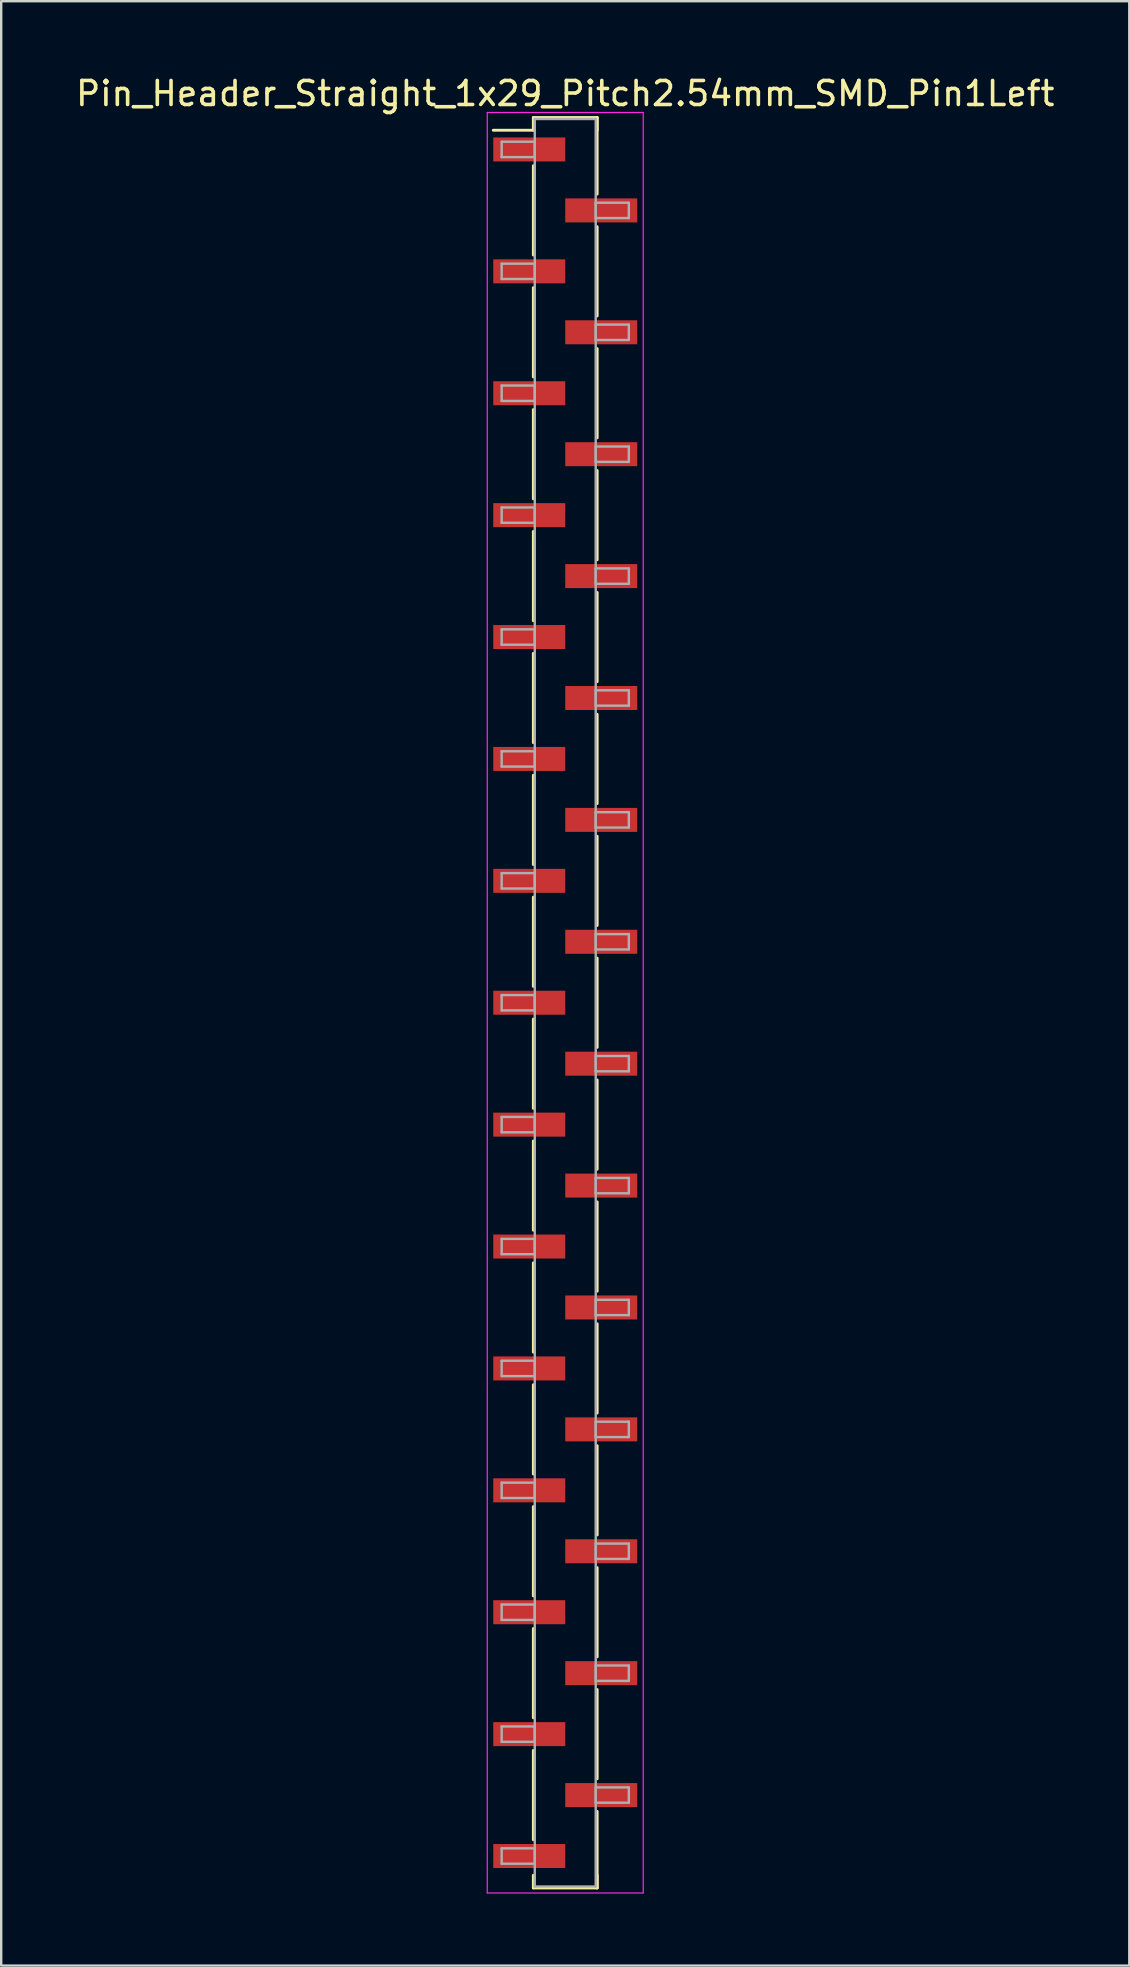
<source format=kicad_pcb>
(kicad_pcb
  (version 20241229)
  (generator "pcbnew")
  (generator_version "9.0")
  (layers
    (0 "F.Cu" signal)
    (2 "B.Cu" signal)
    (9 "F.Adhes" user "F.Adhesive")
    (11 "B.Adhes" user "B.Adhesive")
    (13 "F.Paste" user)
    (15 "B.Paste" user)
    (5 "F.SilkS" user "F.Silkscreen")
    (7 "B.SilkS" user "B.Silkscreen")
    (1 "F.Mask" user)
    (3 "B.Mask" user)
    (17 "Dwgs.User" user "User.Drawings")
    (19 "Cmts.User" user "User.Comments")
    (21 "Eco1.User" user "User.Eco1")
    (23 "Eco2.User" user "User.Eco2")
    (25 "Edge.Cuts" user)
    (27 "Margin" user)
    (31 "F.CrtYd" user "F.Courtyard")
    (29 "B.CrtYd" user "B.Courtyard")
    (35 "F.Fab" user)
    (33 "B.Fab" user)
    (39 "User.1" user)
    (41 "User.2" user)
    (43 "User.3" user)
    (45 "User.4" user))
  (footprint "Pin_Header_Straight_1x29_Pitch2.54mm_SMD_Pin1Left"
    (layer "F.Cu")
    (at 20.506 38.738)
    (property "Reference" "Pin_Header_Straight_1x29_Pitch2.54mm_SMD_Pin1Left" (at 0 -37.89 0) (layer "F.SilkS") (effects (font (size 1 1) (thickness 0.15))))
    (attr smd)
    (fp_line (start -1.33 -36.89) (end 1.33 -36.89) (stroke (width 0.12) (type solid)) (layer "F.SilkS"))
    (fp_line (start -1.33 -36.36) (end -3 -36.36) (stroke (width 0.12) (type solid)) (layer "F.SilkS"))
    (fp_line (start -1.33 -36.36) (end -1.33 -36.89) (stroke (width 0.12) (type solid)) (layer "F.SilkS"))
    (fp_line (start -1.33 -34.88) (end -1.33 -31.16) (stroke (width 0.12) (type solid)) (layer "F.SilkS"))
    (fp_line (start -1.33 -29.8) (end -1.33 -26.08) (stroke (width 0.12) (type solid)) (layer "F.SilkS"))
    (fp_line (start -1.33 -24.72) (end -1.33 -21) (stroke (width 0.12) (type solid)) (layer "F.SilkS"))
    (fp_line (start -1.33 -19.64) (end -1.33 -15.92) (stroke (width 0.12) (type solid)) (layer "F.SilkS"))
    (fp_line (start -1.33 -14.56) (end -1.33 -10.84) (stroke (width 0.12) (type solid)) (layer "F.SilkS"))
    (fp_line (start -1.33 -9.48) (end -1.33 -5.76) (stroke (width 0.12) (type solid)) (layer "F.SilkS"))
    (fp_line (start -1.33 -4.4) (end -1.33 -0.68) (stroke (width 0.12) (type solid)) (layer "F.SilkS"))
    (fp_line (start -1.33 0.68) (end -1.33 4.4) (stroke (width 0.12) (type solid)) (layer "F.SilkS"))
    (fp_line (start -1.33 5.76) (end -1.33 9.48) (stroke (width 0.12) (type solid)) (layer "F.SilkS"))
    (fp_line (start -1.33 10.84) (end -1.33 14.56) (stroke (width 0.12) (type solid)) (layer "F.SilkS"))
    (fp_line (start -1.33 15.92) (end -1.33 19.64) (stroke (width 0.12) (type solid)) (layer "F.SilkS"))
    (fp_line (start -1.33 21) (end -1.33 24.72) (stroke (width 0.12) (type solid)) (layer "F.SilkS"))
    (fp_line (start -1.33 26.08) (end -1.33 29.8) (stroke (width 0.12) (type solid)) (layer "F.SilkS"))
    (fp_line (start -1.33 31.16) (end -1.33 34.88) (stroke (width 0.12) (type solid)) (layer "F.SilkS"))
    (fp_line (start -1.33 36.36) (end -1.33 36.89) (stroke (width 0.12) (type solid)) (layer "F.SilkS"))
    (fp_line (start -1.33 36.89) (end 1.33 36.89) (stroke (width 0.12) (type solid)) (layer "F.SilkS"))
    (fp_line (start 1.33 -36.89) (end 1.33 -36.36) (stroke (width 0.12) (type solid)) (layer "F.SilkS"))
    (fp_line (start 1.33 -36.89) (end 1.33 -33.7) (stroke (width 0.12) (type solid)) (layer "F.SilkS"))
    (fp_line (start 1.33 -32.34) (end 1.33 -28.62) (stroke (width 0.12) (type solid)) (layer "F.SilkS"))
    (fp_line (start 1.33 -27.26) (end 1.33 -23.54) (stroke (width 0.12) (type solid)) (layer "F.SilkS"))
    (fp_line (start 1.33 -22.18) (end 1.33 -18.46) (stroke (width 0.12) (type solid)) (layer "F.SilkS"))
    (fp_line (start 1.33 -17.1) (end 1.33 -13.38) (stroke (width 0.12) (type solid)) (layer "F.SilkS"))
    (fp_line (start 1.33 -12.02) (end 1.33 -8.3) (stroke (width 0.12) (type solid)) (layer "F.SilkS"))
    (fp_line (start 1.33 -6.94) (end 1.33 -3.22) (stroke (width 0.12) (type solid)) (layer "F.SilkS"))
    (fp_line (start 1.33 -1.86) (end 1.33 1.86) (stroke (width 0.12) (type solid)) (layer "F.SilkS"))
    (fp_line (start 1.33 3.22) (end 1.33 6.94) (stroke (width 0.12) (type solid)) (layer "F.SilkS"))
    (fp_line (start 1.33 8.3) (end 1.33 12.02) (stroke (width 0.12) (type solid)) (layer "F.SilkS"))
    (fp_line (start 1.33 13.38) (end 1.33 17.1) (stroke (width 0.12) (type solid)) (layer "F.SilkS"))
    (fp_line (start 1.33 18.46) (end 1.33 22.18) (stroke (width 0.12) (type solid)) (layer "F.SilkS"))
    (fp_line (start 1.33 23.54) (end 1.33 27.26) (stroke (width 0.12) (type solid)) (layer "F.SilkS"))
    (fp_line (start 1.33 28.62) (end 1.33 32.34) (stroke (width 0.12) (type solid)) (layer "F.SilkS"))
    (fp_line (start 1.33 33.7) (end 1.33 36.89) (stroke (width 0.12) (type solid)) (layer "F.SilkS"))
    (fp_line (start 1.33 36.89) (end 1.33 36.36) (stroke (width 0.12) (type solid)) (layer "F.SilkS"))
    (fp_line (start -3.25 -37.1) (end -3.25 37.1) (stroke (width 0.05) (type solid)) (layer "F.CrtYd"))
    (fp_line (start -3.25 37.1) (end 3.25 37.1) (stroke (width 0.05) (type solid)) (layer "F.CrtYd"))
    (fp_line (start 3.25 -37.1) (end -3.25 -37.1) (stroke (width 0.05) (type solid)) (layer "F.CrtYd"))
    (fp_line (start 3.25 37.1) (end 3.25 -37.1) (stroke (width 0.05) (type solid)) (layer "F.CrtYd"))
    (fp_line (start -2.65 -35.88) (end -1.27 -35.88) (stroke (width 0.1) (type solid)) (layer "F.Fab"))
    (fp_line (start -2.65 -35.24) (end -2.65 -35.88) (stroke (width 0.1) (type solid)) (layer "F.Fab"))
    (fp_line (start -2.65 -30.8) (end -1.27 -30.8) (stroke (width 0.1) (type solid)) (layer "F.Fab"))
    (fp_line (start -2.65 -30.16) (end -2.65 -30.8) (stroke (width 0.1) (type solid)) (layer "F.Fab"))
    (fp_line (start -2.65 -25.72) (end -1.27 -25.72) (stroke (width 0.1) (type solid)) (layer "F.Fab"))
    (fp_line (start -2.65 -25.08) (end -2.65 -25.72) (stroke (width 0.1) (type solid)) (layer "F.Fab"))
    (fp_line (start -2.65 -20.64) (end -1.27 -20.64) (stroke (width 0.1) (type solid)) (layer "F.Fab"))
    (fp_line (start -2.65 -20) (end -2.65 -20.64) (stroke (width 0.1) (type solid)) (layer "F.Fab"))
    (fp_line (start -2.65 -15.56) (end -1.27 -15.56) (stroke (width 0.1) (type solid)) (layer "F.Fab"))
    (fp_line (start -2.65 -14.92) (end -2.65 -15.56) (stroke (width 0.1) (type solid)) (layer "F.Fab"))
    (fp_line (start -2.65 -10.48) (end -1.27 -10.48) (stroke (width 0.1) (type solid)) (layer "F.Fab"))
    (fp_line (start -2.65 -9.84) (end -2.65 -10.48) (stroke (width 0.1) (type solid)) (layer "F.Fab"))
    (fp_line (start -2.65 -5.4) (end -1.27 -5.4) (stroke (width 0.1) (type solid)) (layer "F.Fab"))
    (fp_line (start -2.65 -4.76) (end -2.65 -5.4) (stroke (width 0.1) (type solid)) (layer "F.Fab"))
    (fp_line (start -2.65 -0.32) (end -1.27 -0.32) (stroke (width 0.1) (type solid)) (layer "F.Fab"))
    (fp_line (start -2.65 0.32) (end -2.65 -0.32) (stroke (width 0.1) (type solid)) (layer "F.Fab"))
    (fp_line (start -2.65 4.76) (end -1.27 4.76) (stroke (width 0.1) (type solid)) (layer "F.Fab"))
    (fp_line (start -2.65 5.4) (end -2.65 4.76) (stroke (width 0.1) (type solid)) (layer "F.Fab"))
    (fp_line (start -2.65 9.84) (end -1.27 9.84) (stroke (width 0.1) (type solid)) (layer "F.Fab"))
    (fp_line (start -2.65 10.48) (end -2.65 9.84) (stroke (width 0.1) (type solid)) (layer "F.Fab"))
    (fp_line (start -2.65 14.92) (end -1.27 14.92) (stroke (width 0.1) (type solid)) (layer "F.Fab"))
    (fp_line (start -2.65 15.56) (end -2.65 14.92) (stroke (width 0.1) (type solid)) (layer "F.Fab"))
    (fp_line (start -2.65 20) (end -1.27 20) (stroke (width 0.1) (type solid)) (layer "F.Fab"))
    (fp_line (start -2.65 20.64) (end -2.65 20) (stroke (width 0.1) (type solid)) (layer "F.Fab"))
    (fp_line (start -2.65 25.08) (end -1.27 25.08) (stroke (width 0.1) (type solid)) (layer "F.Fab"))
    (fp_line (start -2.65 25.72) (end -2.65 25.08) (stroke (width 0.1) (type solid)) (layer "F.Fab"))
    (fp_line (start -2.65 30.16) (end -1.27 30.16) (stroke (width 0.1) (type solid)) (layer "F.Fab"))
    (fp_line (start -2.65 30.8) (end -2.65 30.16) (stroke (width 0.1) (type solid)) (layer "F.Fab"))
    (fp_line (start -2.65 35.24) (end -1.27 35.24) (stroke (width 0.1) (type solid)) (layer "F.Fab"))
    (fp_line (start -2.65 35.88) (end -2.65 35.24) (stroke (width 0.1) (type solid)) (layer "F.Fab"))
    (fp_line (start -1.27 -36.83) (end -1.27 36.83) (stroke (width 0.1) (type solid)) (layer "F.Fab"))
    (fp_line (start -1.27 -35.88) (end -1.27 -35.24) (stroke (width 0.1) (type solid)) (layer "F.Fab"))
    (fp_line (start -1.27 -35.24) (end -2.65 -35.24) (stroke (width 0.1) (type solid)) (layer "F.Fab"))
    (fp_line (start -1.27 -30.8) (end -1.27 -30.16) (stroke (width 0.1) (type solid)) (layer "F.Fab"))
    (fp_line (start -1.27 -30.16) (end -2.65 -30.16) (stroke (width 0.1) (type solid)) (layer "F.Fab"))
    (fp_line (start -1.27 -25.72) (end -1.27 -25.08) (stroke (width 0.1) (type solid)) (layer "F.Fab"))
    (fp_line (start -1.27 -25.08) (end -2.65 -25.08) (stroke (width 0.1) (type solid)) (layer "F.Fab"))
    (fp_line (start -1.27 -20.64) (end -1.27 -20) (stroke (width 0.1) (type solid)) (layer "F.Fab"))
    (fp_line (start -1.27 -20) (end -2.65 -20) (stroke (width 0.1) (type solid)) (layer "F.Fab"))
    (fp_line (start -1.27 -15.56) (end -1.27 -14.92) (stroke (width 0.1) (type solid)) (layer "F.Fab"))
    (fp_line (start -1.27 -14.92) (end -2.65 -14.92) (stroke (width 0.1) (type solid)) (layer "F.Fab"))
    (fp_line (start -1.27 -10.48) (end -1.27 -9.84) (stroke (width 0.1) (type solid)) (layer "F.Fab"))
    (fp_line (start -1.27 -9.84) (end -2.65 -9.84) (stroke (width 0.1) (type solid)) (layer "F.Fab"))
    (fp_line (start -1.27 -5.4) (end -1.27 -4.76) (stroke (width 0.1) (type solid)) (layer "F.Fab"))
    (fp_line (start -1.27 -4.76) (end -2.65 -4.76) (stroke (width 0.1) (type solid)) (layer "F.Fab"))
    (fp_line (start -1.27 -0.32) (end -1.27 0.32) (stroke (width 0.1) (type solid)) (layer "F.Fab"))
    (fp_line (start -1.27 0.32) (end -2.65 0.32) (stroke (width 0.1) (type solid)) (layer "F.Fab"))
    (fp_line (start -1.27 4.76) (end -1.27 5.4) (stroke (width 0.1) (type solid)) (layer "F.Fab"))
    (fp_line (start -1.27 5.4) (end -2.65 5.4) (stroke (width 0.1) (type solid)) (layer "F.Fab"))
    (fp_line (start -1.27 9.84) (end -1.27 10.48) (stroke (width 0.1) (type solid)) (layer "F.Fab"))
    (fp_line (start -1.27 10.48) (end -2.65 10.48) (stroke (width 0.1) (type solid)) (layer "F.Fab"))
    (fp_line (start -1.27 14.92) (end -1.27 15.56) (stroke (width 0.1) (type solid)) (layer "F.Fab"))
    (fp_line (start -1.27 15.56) (end -2.65 15.56) (stroke (width 0.1) (type solid)) (layer "F.Fab"))
    (fp_line (start -1.27 20) (end -1.27 20.64) (stroke (width 0.1) (type solid)) (layer "F.Fab"))
    (fp_line (start -1.27 20.64) (end -2.65 20.64) (stroke (width 0.1) (type solid)) (layer "F.Fab"))
    (fp_line (start -1.27 25.08) (end -1.27 25.72) (stroke (width 0.1) (type solid)) (layer "F.Fab"))
    (fp_line (start -1.27 25.72) (end -2.65 25.72) (stroke (width 0.1) (type solid)) (layer "F.Fab"))
    (fp_line (start -1.27 30.16) (end -1.27 30.8) (stroke (width 0.1) (type solid)) (layer "F.Fab"))
    (fp_line (start -1.27 30.8) (end -2.65 30.8) (stroke (width 0.1) (type solid)) (layer "F.Fab"))
    (fp_line (start -1.27 35.24) (end -1.27 35.88) (stroke (width 0.1) (type solid)) (layer "F.Fab"))
    (fp_line (start -1.27 35.88) (end -2.65 35.88) (stroke (width 0.1) (type solid)) (layer "F.Fab"))
    (fp_line (start -1.27 36.83) (end 1.27 36.83) (stroke (width 0.1) (type solid)) (layer "F.Fab"))
    (fp_line (start 1.27 -36.83) (end -1.27 -36.83) (stroke (width 0.1) (type solid)) (layer "F.Fab"))
    (fp_line (start 1.27 -33.34) (end 1.27 -32.7) (stroke (width 0.1) (type solid)) (layer "F.Fab"))
    (fp_line (start 1.27 -32.7) (end 2.65 -32.7) (stroke (width 0.1) (type solid)) (layer "F.Fab"))
    (fp_line (start 1.27 -28.26) (end 1.27 -27.62) (stroke (width 0.1) (type solid)) (layer "F.Fab"))
    (fp_line (start 1.27 -27.62) (end 2.65 -27.62) (stroke (width 0.1) (type solid)) (layer "F.Fab"))
    (fp_line (start 1.27 -23.18) (end 1.27 -22.54) (stroke (width 0.1) (type solid)) (layer "F.Fab"))
    (fp_line (start 1.27 -22.54) (end 2.65 -22.54) (stroke (width 0.1) (type solid)) (layer "F.Fab"))
    (fp_line (start 1.27 -18.1) (end 1.27 -17.46) (stroke (width 0.1) (type solid)) (layer "F.Fab"))
    (fp_line (start 1.27 -17.46) (end 2.65 -17.46) (stroke (width 0.1) (type solid)) (layer "F.Fab"))
    (fp_line (start 1.27 -13.02) (end 1.27 -12.38) (stroke (width 0.1) (type solid)) (layer "F.Fab"))
    (fp_line (start 1.27 -12.38) (end 2.65 -12.38) (stroke (width 0.1) (type solid)) (layer "F.Fab"))
    (fp_line (start 1.27 -7.94) (end 1.27 -7.3) (stroke (width 0.1) (type solid)) (layer "F.Fab"))
    (fp_line (start 1.27 -7.3) (end 2.65 -7.3) (stroke (width 0.1) (type solid)) (layer "F.Fab"))
    (fp_line (start 1.27 -2.86) (end 1.27 -2.22) (stroke (width 0.1) (type solid)) (layer "F.Fab"))
    (fp_line (start 1.27 -2.22) (end 2.65 -2.22) (stroke (width 0.1) (type solid)) (layer "F.Fab"))
    (fp_line (start 1.27 2.22) (end 1.27 2.86) (stroke (width 0.1) (type solid)) (layer "F.Fab"))
    (fp_line (start 1.27 2.86) (end 2.65 2.86) (stroke (width 0.1) (type solid)) (layer "F.Fab"))
    (fp_line (start 1.27 7.3) (end 1.27 7.94) (stroke (width 0.1) (type solid)) (layer "F.Fab"))
    (fp_line (start 1.27 7.94) (end 2.65 7.94) (stroke (width 0.1) (type solid)) (layer "F.Fab"))
    (fp_line (start 1.27 12.38) (end 1.27 13.02) (stroke (width 0.1) (type solid)) (layer "F.Fab"))
    (fp_line (start 1.27 13.02) (end 2.65 13.02) (stroke (width 0.1) (type solid)) (layer "F.Fab"))
    (fp_line (start 1.27 17.46) (end 1.27 18.1) (stroke (width 0.1) (type solid)) (layer "F.Fab"))
    (fp_line (start 1.27 18.1) (end 2.65 18.1) (stroke (width 0.1) (type solid)) (layer "F.Fab"))
    (fp_line (start 1.27 22.54) (end 1.27 23.18) (stroke (width 0.1) (type solid)) (layer "F.Fab"))
    (fp_line (start 1.27 23.18) (end 2.65 23.18) (stroke (width 0.1) (type solid)) (layer "F.Fab"))
    (fp_line (start 1.27 27.62) (end 1.27 28.26) (stroke (width 0.1) (type solid)) (layer "F.Fab"))
    (fp_line (start 1.27 28.26) (end 2.65 28.26) (stroke (width 0.1) (type solid)) (layer "F.Fab"))
    (fp_line (start 1.27 32.7) (end 1.27 33.34) (stroke (width 0.1) (type solid)) (layer "F.Fab"))
    (fp_line (start 1.27 33.34) (end 2.65 33.34) (stroke (width 0.1) (type solid)) (layer "F.Fab"))
    (fp_line (start 1.27 36.83) (end 1.27 -36.83) (stroke (width 0.1) (type solid)) (layer "F.Fab"))
    (fp_line (start 2.65 -33.34) (end 1.27 -33.34) (stroke (width 0.1) (type solid)) (layer "F.Fab"))
    (fp_line (start 2.65 -32.7) (end 2.65 -33.34) (stroke (width 0.1) (type solid)) (layer "F.Fab"))
    (fp_line (start 2.65 -28.26) (end 1.27 -28.26) (stroke (width 0.1) (type solid)) (layer "F.Fab"))
    (fp_line (start 2.65 -27.62) (end 2.65 -28.26) (stroke (width 0.1) (type solid)) (layer "F.Fab"))
    (fp_line (start 2.65 -23.18) (end 1.27 -23.18) (stroke (width 0.1) (type solid)) (layer "F.Fab"))
    (fp_line (start 2.65 -22.54) (end 2.65 -23.18) (stroke (width 0.1) (type solid)) (layer "F.Fab"))
    (fp_line (start 2.65 -18.1) (end 1.27 -18.1) (stroke (width 0.1) (type solid)) (layer "F.Fab"))
    (fp_line (start 2.65 -17.46) (end 2.65 -18.1) (stroke (width 0.1) (type solid)) (layer "F.Fab"))
    (fp_line (start 2.65 -13.02) (end 1.27 -13.02) (stroke (width 0.1) (type solid)) (layer "F.Fab"))
    (fp_line (start 2.65 -12.38) (end 2.65 -13.02) (stroke (width 0.1) (type solid)) (layer "F.Fab"))
    (fp_line (start 2.65 -7.94) (end 1.27 -7.94) (stroke (width 0.1) (type solid)) (layer "F.Fab"))
    (fp_line (start 2.65 -7.3) (end 2.65 -7.94) (stroke (width 0.1) (type solid)) (layer "F.Fab"))
    (fp_line (start 2.65 -2.86) (end 1.27 -2.86) (stroke (width 0.1) (type solid)) (layer "F.Fab"))
    (fp_line (start 2.65 -2.22) (end 2.65 -2.86) (stroke (width 0.1) (type solid)) (layer "F.Fab"))
    (fp_line (start 2.65 2.22) (end 1.27 2.22) (stroke (width 0.1) (type solid)) (layer "F.Fab"))
    (fp_line (start 2.65 2.86) (end 2.65 2.22) (stroke (width 0.1) (type solid)) (layer "F.Fab"))
    (fp_line (start 2.65 7.3) (end 1.27 7.3) (stroke (width 0.1) (type solid)) (layer "F.Fab"))
    (fp_line (start 2.65 7.94) (end 2.65 7.3) (stroke (width 0.1) (type solid)) (layer "F.Fab"))
    (fp_line (start 2.65 12.38) (end 1.27 12.38) (stroke (width 0.1) (type solid)) (layer "F.Fab"))
    (fp_line (start 2.65 13.02) (end 2.65 12.38) (stroke (width 0.1) (type solid)) (layer "F.Fab"))
    (fp_line (start 2.65 17.46) (end 1.27 17.46) (stroke (width 0.1) (type solid)) (layer "F.Fab"))
    (fp_line (start 2.65 18.1) (end 2.65 17.46) (stroke (width 0.1) (type solid)) (layer "F.Fab"))
    (fp_line (start 2.65 22.54) (end 1.27 22.54) (stroke (width 0.1) (type solid)) (layer "F.Fab"))
    (fp_line (start 2.65 23.18) (end 2.65 22.54) (stroke (width 0.1) (type solid)) (layer "F.Fab"))
    (fp_line (start 2.65 27.62) (end 1.27 27.62) (stroke (width 0.1) (type solid)) (layer "F.Fab"))
    (fp_line (start 2.65 28.26) (end 2.65 27.62) (stroke (width 0.1) (type solid)) (layer "F.Fab"))
    (fp_line (start 2.65 32.7) (end 1.27 32.7) (stroke (width 0.1) (type solid)) (layer "F.Fab"))
    (fp_line (start 2.65 33.34) (end 2.65 32.7) (stroke (width 0.1) (type solid)) (layer "F.Fab"))
    (pad "1" smd rect (at -1.5 -35.56) (size 3 1) (layers "F.Cu" "F.Mask"))
    (pad "2" smd rect (at 1.5 -33.02) (size 3 1) (layers "F.Cu" "F.Mask"))
    (pad "3" smd rect (at -1.5 -30.48) (size 3 1) (layers "F.Cu" "F.Mask"))
    (pad "4" smd rect (at 1.5 -27.94) (size 3 1) (layers "F.Cu" "F.Mask"))
    (pad "5" smd rect (at -1.5 -25.4) (size 3 1) (layers "F.Cu" "F.Mask"))
    (pad "6" smd rect (at 1.5 -22.86) (size 3 1) (layers "F.Cu" "F.Mask"))
    (pad "7" smd rect (at -1.5 -20.32) (size 3 1) (layers "F.Cu" "F.Mask"))
    (pad "8" smd rect (at 1.5 -17.78) (size 3 1) (layers "F.Cu" "F.Mask"))
    (pad "9" smd rect (at -1.5 -15.24) (size 3 1) (layers "F.Cu" "F.Mask"))
    (pad "10" smd rect (at 1.5 -12.7) (size 3 1) (layers "F.Cu" "F.Mask"))
    (pad "11" smd rect (at -1.5 -10.16) (size 3 1) (layers "F.Cu" "F.Mask"))
    (pad "12" smd rect (at 1.5 -7.62) (size 3 1) (layers "F.Cu" "F.Mask"))
    (pad "13" smd rect (at -1.5 -5.08) (size 3 1) (layers "F.Cu" "F.Mask"))
    (pad "14" smd rect (at 1.5 -2.54) (size 3 1) (layers "F.Cu" "F.Mask"))
    (pad "15" smd rect (at -1.5 0) (size 3 1) (layers "F.Cu" "F.Mask"))
    (pad "16" smd rect (at 1.5 2.54) (size 3 1) (layers "F.Cu" "F.Mask"))
    (pad "17" smd rect (at -1.5 5.08) (size 3 1) (layers "F.Cu" "F.Mask"))
    (pad "18" smd rect (at 1.5 7.62) (size 3 1) (layers "F.Cu" "F.Mask"))
    (pad "19" smd rect (at -1.5 10.16) (size 3 1) (layers "F.Cu" "F.Mask"))
    (pad "20" smd rect (at 1.5 12.7) (size 3 1) (layers "F.Cu" "F.Mask"))
    (pad "21" smd rect (at -1.5 15.24) (size 3 1) (layers "F.Cu" "F.Mask"))
    (pad "22" smd rect (at 1.5 17.78) (size 3 1) (layers "F.Cu" "F.Mask"))
    (pad "23" smd rect (at -1.5 20.32) (size 3 1) (layers "F.Cu" "F.Mask"))
    (pad "24" smd rect (at 1.5 22.86) (size 3 1) (layers "F.Cu" "F.Mask"))
    (pad "25" smd rect (at -1.5 25.4) (size 3 1) (layers "F.Cu" "F.Mask"))
    (pad "26" smd rect (at 1.5 27.94) (size 3 1) (layers "F.Cu" "F.Mask"))
    (pad "27" smd rect (at -1.5 30.48) (size 3 1) (layers "F.Cu" "F.Mask"))
    (pad "28" smd rect (at 1.5 33.02) (size 3 1) (layers "F.Cu" "F.Mask"))
    (pad "29" smd rect (at -1.5 35.56) (size 3 1) (layers "F.Cu" "F.Mask")))
  (gr_rect
    (start -3 -3)
    (end 44.012 78.863)
    (stroke (width 0.1) (type default))
    (fill no)
    (layer "Edge.Cuts")))
</source>
